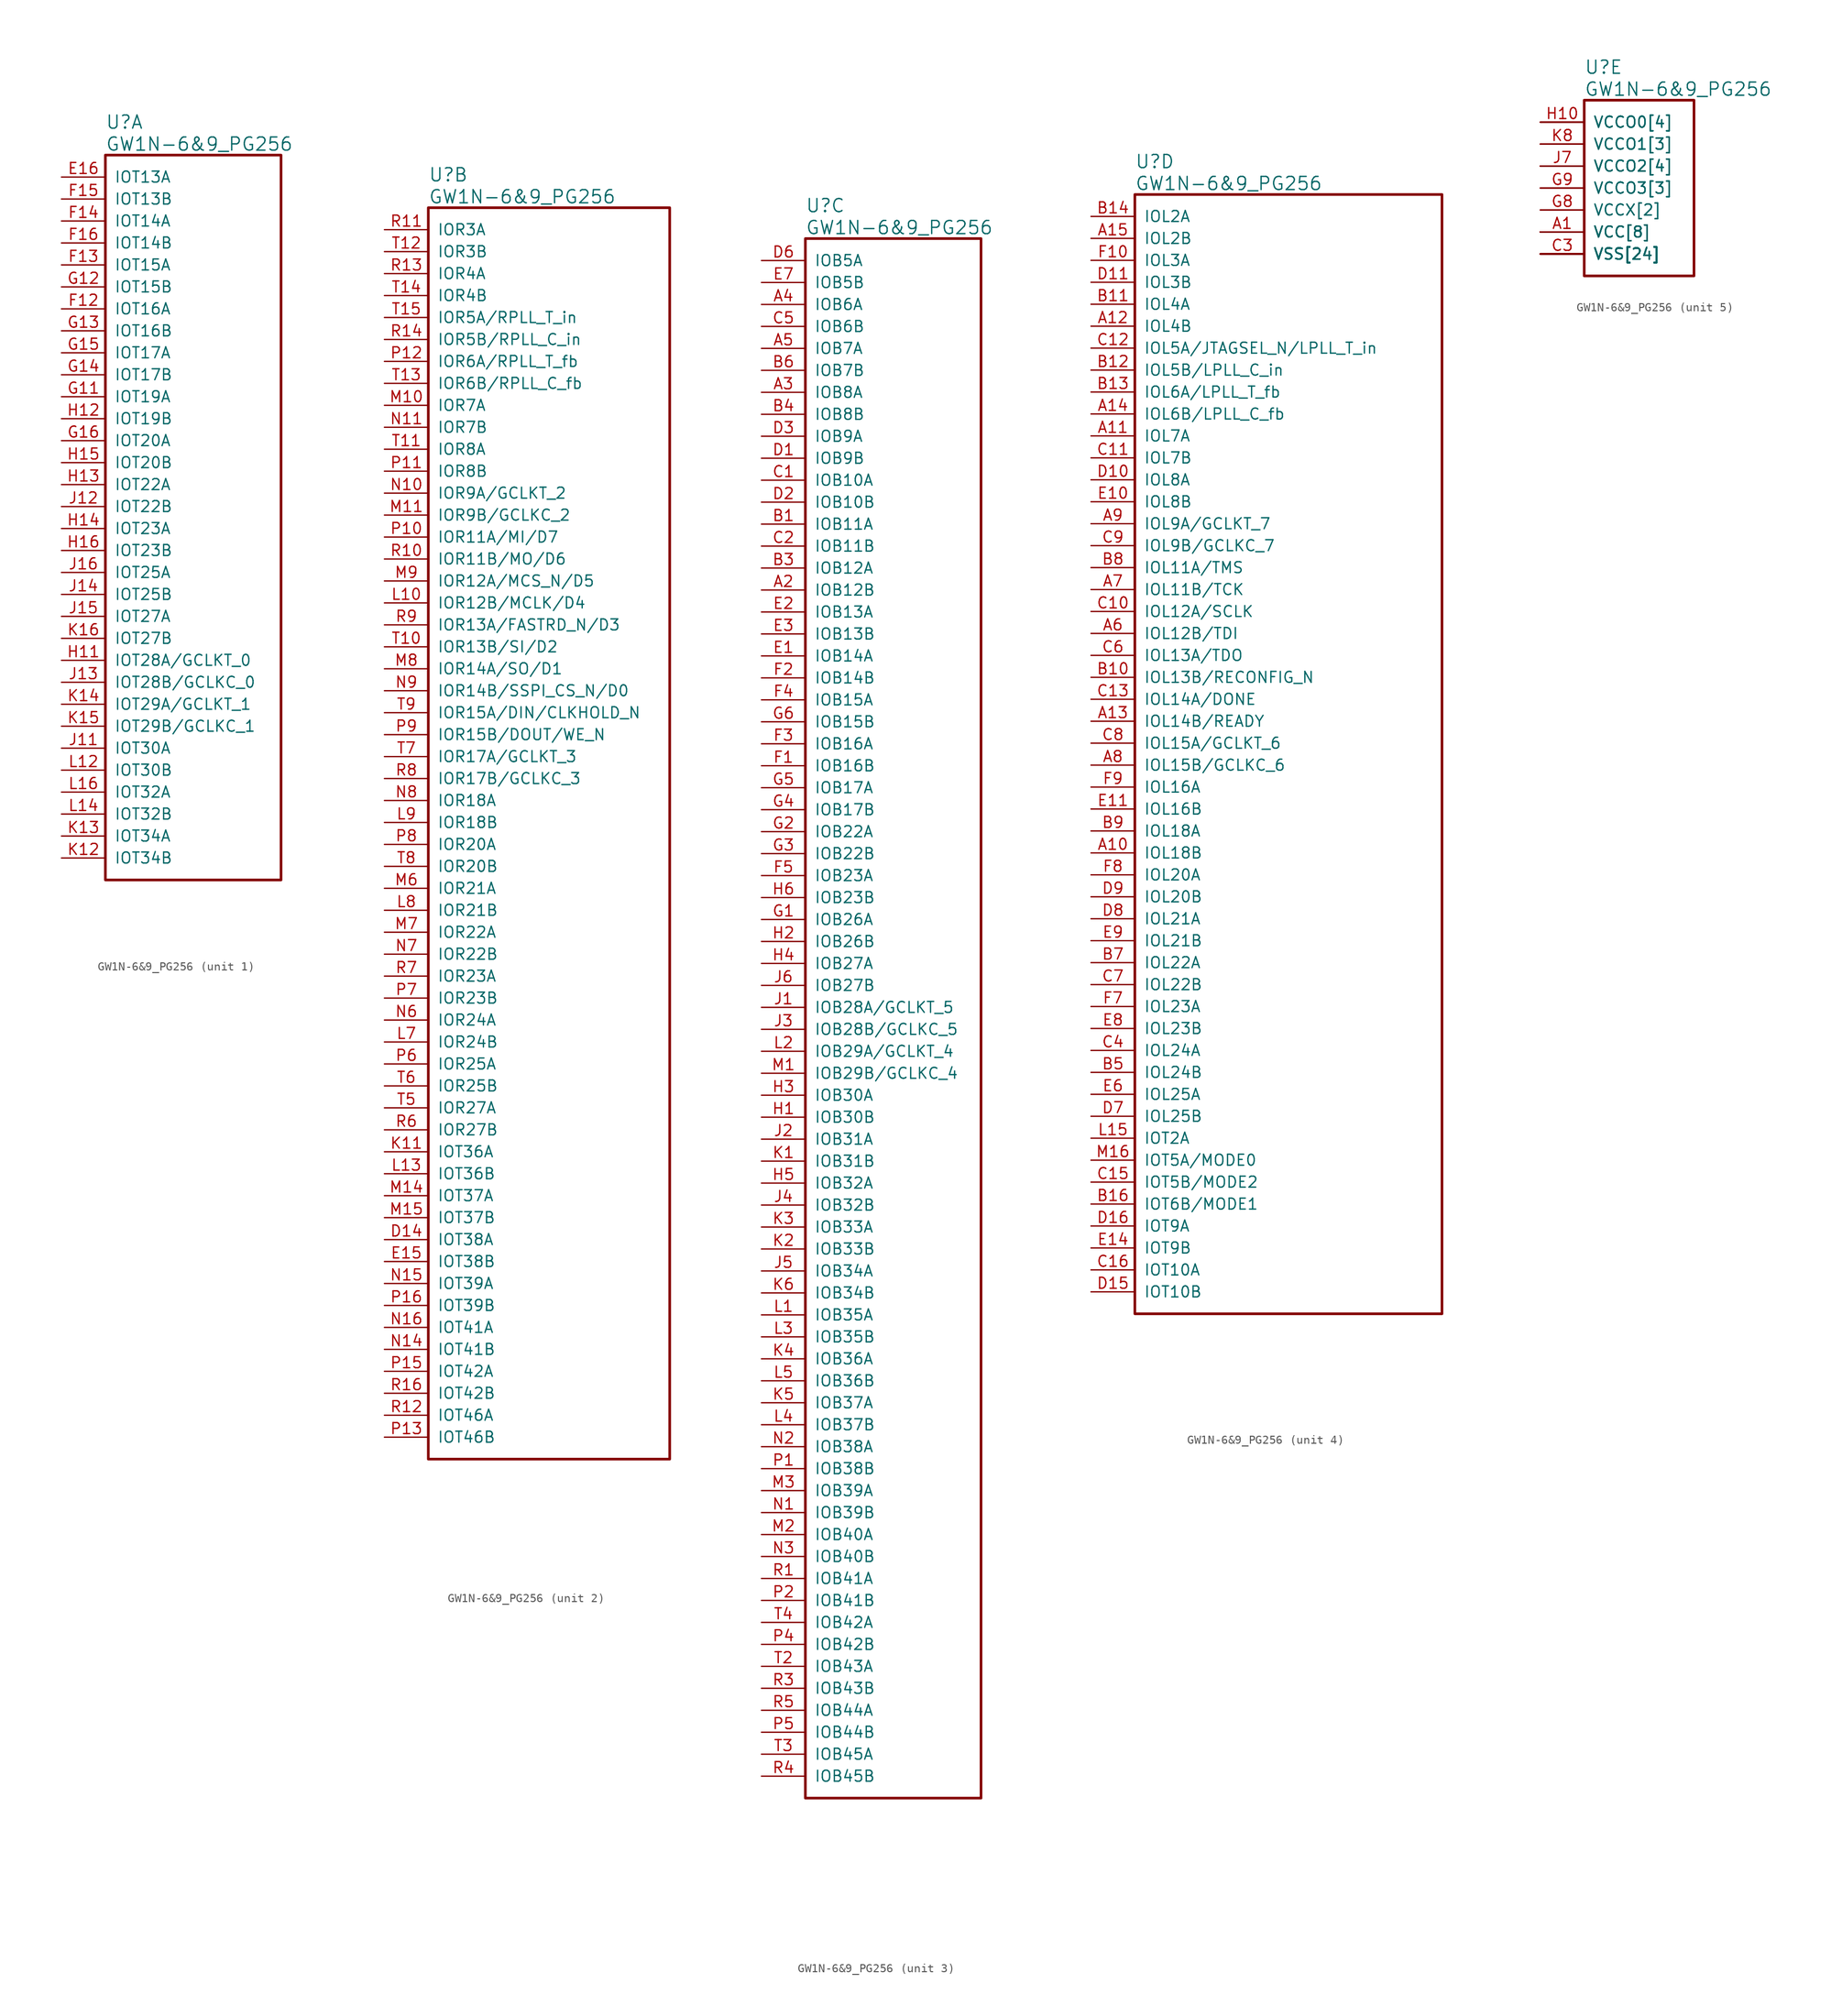
<source format=kicad_sym>
(kicad_symbol_lib
  (version 20220914)
  (generator kicad_symbol_editor)
  (symbol "GW1N-6&9_PG256"
    (pin_names
      (offset 1.016))
    (property "Reference" "U"
      (at 5.08 6.35 0)
      (effects (font (size 1.524 1.524)) (justify left)))
    (property "Value" "GW1N-6&9_PG256"
      (at 5.08 3.81 0)
      (effects (font (size 1.524 1.524)) (justify left)))
    (property "ki_locked" ""
      (at 0 0 0)
      (effects (font (size 1.27 1.27))))
    (symbol "GW1N-6&9_PG256_1_1"
      (rectangle (start 5.08 2.54) (end 25.4 -81.28) (stroke (width 0.305) (type solid)) (fill (type none)))
      (pin bidirectional line (at 0 0 0) (length 5.08) (name "IOT13A" (effects (font (size 1.27 1.27)))) (number "E16" (effects (font (size 1.27 1.27)))))
      (pin bidirectional line (at 0 -15.24 0) (length 5.08) (name "IOT16A" (effects (font (size 1.27 1.27)))) (number "F12" (effects (font (size 1.27 1.27)))))
      (pin bidirectional line (at 0 -10.16 0) (length 5.08) (name "IOT15A" (effects (font (size 1.27 1.27)))) (number "F13" (effects (font (size 1.27 1.27)))))
      (pin bidirectional line (at 0 -5.08 0) (length 5.08) (name "IOT14A" (effects (font (size 1.27 1.27)))) (number "F14" (effects (font (size 1.27 1.27)))))
      (pin bidirectional line (at 0 -2.54 0) (length 5.08) (name "IOT13B" (effects (font (size 1.27 1.27)))) (number "F15" (effects (font (size 1.27 1.27)))))
      (pin bidirectional line (at 0 -7.62 0) (length 5.08) (name "IOT14B" (effects (font (size 1.27 1.27)))) (number "F16" (effects (font (size 1.27 1.27)))))
      (pin bidirectional line (at 0 -25.4 0) (length 5.08) (name "IOT19A" (effects (font (size 1.27 1.27)))) (number "G11" (effects (font (size 1.27 1.27)))))
      (pin bidirectional line (at 0 -12.7 0) (length 5.08) (name "IOT15B" (effects (font (size 1.27 1.27)))) (number "G12" (effects (font (size 1.27 1.27)))))
      (pin bidirectional line (at 0 -17.78 0) (length 5.08) (name "IOT16B" (effects (font (size 1.27 1.27)))) (number "G13" (effects (font (size 1.27 1.27)))))
      (pin bidirectional line (at 0 -22.86 0) (length 5.08) (name "IOT17B" (effects (font (size 1.27 1.27)))) (number "G14" (effects (font (size 1.27 1.27)))))
      (pin bidirectional line (at 0 -20.32 0) (length 5.08) (name "IOT17A" (effects (font (size 1.27 1.27)))) (number "G15" (effects (font (size 1.27 1.27)))))
      (pin bidirectional line (at 0 -30.48 0) (length 5.08) (name "IOT20A" (effects (font (size 1.27 1.27)))) (number "G16" (effects (font (size 1.27 1.27)))))
      (pin bidirectional line (at 0 -55.88 0) (length 5.08) (name "IOT28A/GCLKT_0" (effects (font (size 1.27 1.27)))) (number "H11" (effects (font (size 1.27 1.27)))))
      (pin bidirectional line (at 0 -27.94 0) (length 5.08) (name "IOT19B" (effects (font (size 1.27 1.27)))) (number "H12" (effects (font (size 1.27 1.27)))))
      (pin bidirectional line (at 0 -35.56 0) (length 5.08) (name "IOT22A" (effects (font (size 1.27 1.27)))) (number "H13" (effects (font (size 1.27 1.27)))))
      (pin bidirectional line (at 0 -40.64 0) (length 5.08) (name "IOT23A" (effects (font (size 1.27 1.27)))) (number "H14" (effects (font (size 1.27 1.27)))))
      (pin bidirectional line (at 0 -33.02 0) (length 5.08) (name "IOT20B" (effects (font (size 1.27 1.27)))) (number "H15" (effects (font (size 1.27 1.27)))))
      (pin bidirectional line (at 0 -43.18 0) (length 5.08) (name "IOT23B" (effects (font (size 1.27 1.27)))) (number "H16" (effects (font (size 1.27 1.27)))))
      (pin bidirectional line (at 0 -66.04 0) (length 5.08) (name "IOT30A" (effects (font (size 1.27 1.27)))) (number "J11" (effects (font (size 1.27 1.27)))))
      (pin bidirectional line (at 0 -38.1 0) (length 5.08) (name "IOT22B" (effects (font (size 1.27 1.27)))) (number "J12" (effects (font (size 1.27 1.27)))))
      (pin bidirectional line (at 0 -58.42 0) (length 5.08) (name "IOT28B/GCLKC_0" (effects (font (size 1.27 1.27)))) (number "J13" (effects (font (size 1.27 1.27)))))
      (pin bidirectional line (at 0 -48.26 0) (length 5.08) (name "IOT25B" (effects (font (size 1.27 1.27)))) (number "J14" (effects (font (size 1.27 1.27)))))
      (pin bidirectional line (at 0 -50.8 0) (length 5.08) (name "IOT27A" (effects (font (size 1.27 1.27)))) (number "J15" (effects (font (size 1.27 1.27)))))
      (pin bidirectional line (at 0 -45.72 0) (length 5.08) (name "IOT25A" (effects (font (size 1.27 1.27)))) (number "J16" (effects (font (size 1.27 1.27)))))
      (pin bidirectional line (at 0 -78.74 0) (length 5.08) (name "IOT34B" (effects (font (size 1.27 1.27)))) (number "K12" (effects (font (size 1.27 1.27)))))
      (pin bidirectional line (at 0 -76.2 0) (length 5.08) (name "IOT34A" (effects (font (size 1.27 1.27)))) (number "K13" (effects (font (size 1.27 1.27)))))
      (pin bidirectional line (at 0 -60.96 0) (length 5.08) (name "IOT29A/GCLKT_1" (effects (font (size 1.27 1.27)))) (number "K14" (effects (font (size 1.27 1.27)))))
      (pin bidirectional line (at 0 -63.5 0) (length 5.08) (name "IOT29B/GCLKC_1" (effects (font (size 1.27 1.27)))) (number "K15" (effects (font (size 1.27 1.27)))))
      (pin bidirectional line (at 0 -53.34 0) (length 5.08) (name "IOT27B" (effects (font (size 1.27 1.27)))) (number "K16" (effects (font (size 1.27 1.27)))))
      (pin bidirectional line (at 0 -68.58 0) (length 5.08) (name "IOT30B" (effects (font (size 1.27 1.27)))) (number "L12" (effects (font (size 1.27 1.27)))))
      (pin bidirectional line (at 0 -73.66 0) (length 5.08) (name "IOT32B" (effects (font (size 1.27 1.27)))) (number "L14" (effects (font (size 1.27 1.27)))))
      (pin bidirectional line (at 0 -71.12 0) (length 5.08) (name "IOT32A" (effects (font (size 1.27 1.27)))) (number "L16" (effects (font (size 1.27 1.27))))))
    (symbol "GW1N-6&9_PG256_2_1"
      (rectangle (start 5.08 2.54) (end 33.02 -142.24) (stroke (width 0.305) (type solid)) (fill (type none)))
      (pin bidirectional line (at 0 -116.84 0) (length 5.08) (name "IOT38A" (effects (font (size 1.27 1.27)))) (number "D14" (effects (font (size 1.27 1.27)))))
      (pin bidirectional line (at 0 -119.38 0) (length 5.08) (name "IOT38B" (effects (font (size 1.27 1.27)))) (number "E15" (effects (font (size 1.27 1.27)))))
      (pin bidirectional line (at 0 -106.68 0) (length 5.08) (name "IOT36A" (effects (font (size 1.27 1.27)))) (number "K11" (effects (font (size 1.27 1.27)))))
      (pin bidirectional line (at 0 -43.18 0) (length 5.08) (name "IOR12B/MCLK/D4" (effects (font (size 1.27 1.27)))) (number "L10" (effects (font (size 1.27 1.27)))))
      (pin bidirectional line (at 0 -109.22 0) (length 5.08) (name "IOT36B" (effects (font (size 1.27 1.27)))) (number "L13" (effects (font (size 1.27 1.27)))))
      (pin bidirectional line (at 0 -93.98 0) (length 5.08) (name "IOR24B" (effects (font (size 1.27 1.27)))) (number "L7" (effects (font (size 1.27 1.27)))))
      (pin bidirectional line (at 0 -78.74 0) (length 5.08) (name "IOR21B" (effects (font (size 1.27 1.27)))) (number "L8" (effects (font (size 1.27 1.27)))))
      (pin bidirectional line (at 0 -68.58 0) (length 5.08) (name "IOR18B" (effects (font (size 1.27 1.27)))) (number "L9" (effects (font (size 1.27 1.27)))))
      (pin bidirectional line (at 0 -20.32 0) (length 5.08) (name "IOR7A" (effects (font (size 1.27 1.27)))) (number "M10" (effects (font (size 1.27 1.27)))))
      (pin bidirectional line (at 0 -33.02 0) (length 5.08) (name "IOR9B/GCLKC_2" (effects (font (size 1.27 1.27)))) (number "M11" (effects (font (size 1.27 1.27)))))
      (pin bidirectional line (at 0 -111.76 0) (length 5.08) (name "IOT37A" (effects (font (size 1.27 1.27)))) (number "M14" (effects (font (size 1.27 1.27)))))
      (pin bidirectional line (at 0 -114.3 0) (length 5.08) (name "IOT37B" (effects (font (size 1.27 1.27)))) (number "M15" (effects (font (size 1.27 1.27)))))
      (pin bidirectional line (at 0 -76.2 0) (length 5.08) (name "IOR21A" (effects (font (size 1.27 1.27)))) (number "M6" (effects (font (size 1.27 1.27)))))
      (pin bidirectional line (at 0 -81.28 0) (length 5.08) (name "IOR22A" (effects (font (size 1.27 1.27)))) (number "M7" (effects (font (size 1.27 1.27)))))
      (pin bidirectional line (at 0 -50.8 0) (length 5.08) (name "IOR14A/SO/D1" (effects (font (size 1.27 1.27)))) (number "M8" (effects (font (size 1.27 1.27)))))
      (pin bidirectional line (at 0 -40.64 0) (length 5.08) (name "IOR12A/MCS_N/D5" (effects (font (size 1.27 1.27)))) (number "M9" (effects (font (size 1.27 1.27)))))
      (pin bidirectional line (at 0 -30.48 0) (length 5.08) (name "IOR9A/GCLKT_2" (effects (font (size 1.27 1.27)))) (number "N10" (effects (font (size 1.27 1.27)))))
      (pin bidirectional line (at 0 -22.86 0) (length 5.08) (name "IOR7B" (effects (font (size 1.27 1.27)))) (number "N11" (effects (font (size 1.27 1.27)))))
      (pin bidirectional line (at 0 -129.54 0) (length 5.08) (name "IOT41B" (effects (font (size 1.27 1.27)))) (number "N14" (effects (font (size 1.27 1.27)))))
      (pin bidirectional line (at 0 -121.92 0) (length 5.08) (name "IOT39A" (effects (font (size 1.27 1.27)))) (number "N15" (effects (font (size 1.27 1.27)))))
      (pin bidirectional line (at 0 -127 0) (length 5.08) (name "IOT41A" (effects (font (size 1.27 1.27)))) (number "N16" (effects (font (size 1.27 1.27)))))
      (pin bidirectional line (at 0 -91.44 0) (length 5.08) (name "IOR24A" (effects (font (size 1.27 1.27)))) (number "N6" (effects (font (size 1.27 1.27)))))
      (pin bidirectional line (at 0 -83.82 0) (length 5.08) (name "IOR22B" (effects (font (size 1.27 1.27)))) (number "N7" (effects (font (size 1.27 1.27)))))
      (pin bidirectional line (at 0 -66.04 0) (length 5.08) (name "IOR18A" (effects (font (size 1.27 1.27)))) (number "N8" (effects (font (size 1.27 1.27)))))
      (pin bidirectional line (at 0 -53.34 0) (length 5.08) (name "IOR14B/SSPI_CS_N/D0" (effects (font (size 1.27 1.27)))) (number "N9" (effects (font (size 1.27 1.27)))))
      (pin bidirectional line (at 0 -35.56 0) (length 5.08) (name "IOR11A/MI/D7" (effects (font (size 1.27 1.27)))) (number "P10" (effects (font (size 1.27 1.27)))))
      (pin bidirectional line (at 0 -27.94 0) (length 5.08) (name "IOR8B" (effects (font (size 1.27 1.27)))) (number "P11" (effects (font (size 1.27 1.27)))))
      (pin bidirectional line (at 0 -15.24 0) (length 5.08) (name "IOR6A/RPLL_T_fb" (effects (font (size 1.27 1.27)))) (number "P12" (effects (font (size 1.27 1.27)))))
      (pin bidirectional line (at 0 -139.7 0) (length 5.08) (name "IOT46B" (effects (font (size 1.27 1.27)))) (number "P13" (effects (font (size 1.27 1.27)))))
      (pin bidirectional line (at 0 -132.08 0) (length 5.08) (name "IOT42A" (effects (font (size 1.27 1.27)))) (number "P15" (effects (font (size 1.27 1.27)))))
      (pin bidirectional line (at 0 -124.46 0) (length 5.08) (name "IOT39B" (effects (font (size 1.27 1.27)))) (number "P16" (effects (font (size 1.27 1.27)))))
      (pin bidirectional line (at 0 -96.52 0) (length 5.08) (name "IOR25A" (effects (font (size 1.27 1.27)))) (number "P6" (effects (font (size 1.27 1.27)))))
      (pin bidirectional line (at 0 -88.9 0) (length 5.08) (name "IOR23B" (effects (font (size 1.27 1.27)))) (number "P7" (effects (font (size 1.27 1.27)))))
      (pin bidirectional line (at 0 -71.12 0) (length 5.08) (name "IOR20A" (effects (font (size 1.27 1.27)))) (number "P8" (effects (font (size 1.27 1.27)))))
      (pin bidirectional line (at 0 -58.42 0) (length 5.08) (name "IOR15B/DOUT/WE_N" (effects (font (size 1.27 1.27)))) (number "P9" (effects (font (size 1.27 1.27)))))
      (pin bidirectional line (at 0 -38.1 0) (length 5.08) (name "IOR11B/MO/D6" (effects (font (size 1.27 1.27)))) (number "R10" (effects (font (size 1.27 1.27)))))
      (pin bidirectional line (at 0 0 0) (length 5.08) (name "IOR3A" (effects (font (size 1.27 1.27)))) (number "R11" (effects (font (size 1.27 1.27)))))
      (pin bidirectional line (at 0 -137.16 0) (length 5.08) (name "IOT46A" (effects (font (size 1.27 1.27)))) (number "R12" (effects (font (size 1.27 1.27)))))
      (pin bidirectional line (at 0 -5.08 0) (length 5.08) (name "IOR4A" (effects (font (size 1.27 1.27)))) (number "R13" (effects (font (size 1.27 1.27)))))
      (pin bidirectional line (at 0 -12.7 0) (length 5.08) (name "IOR5B/RPLL_C_in" (effects (font (size 1.27 1.27)))) (number "R14" (effects (font (size 1.27 1.27)))))
      (pin bidirectional line (at 0 -134.62 0) (length 5.08) (name "IOT42B" (effects (font (size 1.27 1.27)))) (number "R16" (effects (font (size 1.27 1.27)))))
      (pin bidirectional line (at 0 -104.14 0) (length 5.08) (name "IOR27B" (effects (font (size 1.27 1.27)))) (number "R6" (effects (font (size 1.27 1.27)))))
      (pin bidirectional line (at 0 -86.36 0) (length 5.08) (name "IOR23A" (effects (font (size 1.27 1.27)))) (number "R7" (effects (font (size 1.27 1.27)))))
      (pin bidirectional line (at 0 -63.5 0) (length 5.08) (name "IOR17B/GCLKC_3" (effects (font (size 1.27 1.27)))) (number "R8" (effects (font (size 1.27 1.27)))))
      (pin bidirectional line (at 0 -45.72 0) (length 5.08) (name "IOR13A/FASTRD_N/D3" (effects (font (size 1.27 1.27)))) (number "R9" (effects (font (size 1.27 1.27)))))
      (pin bidirectional line (at 0 -48.26 0) (length 5.08) (name "IOR13B/SI/D2" (effects (font (size 1.27 1.27)))) (number "T10" (effects (font (size 1.27 1.27)))))
      (pin bidirectional line (at 0 -25.4 0) (length 5.08) (name "IOR8A" (effects (font (size 1.27 1.27)))) (number "T11" (effects (font (size 1.27 1.27)))))
      (pin bidirectional line (at 0 -2.54 0) (length 5.08) (name "IOR3B" (effects (font (size 1.27 1.27)))) (number "T12" (effects (font (size 1.27 1.27)))))
      (pin bidirectional line (at 0 -17.78 0) (length 5.08) (name "IOR6B/RPLL_C_fb" (effects (font (size 1.27 1.27)))) (number "T13" (effects (font (size 1.27 1.27)))))
      (pin bidirectional line (at 0 -7.62 0) (length 5.08) (name "IOR4B" (effects (font (size 1.27 1.27)))) (number "T14" (effects (font (size 1.27 1.27)))))
      (pin bidirectional line (at 0 -10.16 0) (length 5.08) (name "IOR5A/RPLL_T_in" (effects (font (size 1.27 1.27)))) (number "T15" (effects (font (size 1.27 1.27)))))
      (pin bidirectional line (at 0 -101.6 0) (length 5.08) (name "IOR27A" (effects (font (size 1.27 1.27)))) (number "T5" (effects (font (size 1.27 1.27)))))
      (pin bidirectional line (at 0 -99.06 0) (length 5.08) (name "IOR25B" (effects (font (size 1.27 1.27)))) (number "T6" (effects (font (size 1.27 1.27)))))
      (pin bidirectional line (at 0 -60.96 0) (length 5.08) (name "IOR17A/GCLKT_3" (effects (font (size 1.27 1.27)))) (number "T7" (effects (font (size 1.27 1.27)))))
      (pin bidirectional line (at 0 -73.66 0) (length 5.08) (name "IOR20B" (effects (font (size 1.27 1.27)))) (number "T8" (effects (font (size 1.27 1.27)))))
      (pin bidirectional line (at 0 -55.88 0) (length 5.08) (name "IOR15A/DIN/CLKHOLD_N" (effects (font (size 1.27 1.27)))) (number "T9" (effects (font (size 1.27 1.27))))))
    (symbol "GW1N-6&9_PG256_3_1"
      (rectangle (start 5.08 2.54) (end 25.4 -177.8) (stroke (width 0.305) (type solid)) (fill (type none)))
      (pin bidirectional line (at 0 -38.1 0) (length 5.08) (name "IOB12B" (effects (font (size 1.27 1.27)))) (number "A2" (effects (font (size 1.27 1.27)))))
      (pin bidirectional line (at 0 -15.24 0) (length 5.08) (name "IOB8A" (effects (font (size 1.27 1.27)))) (number "A3" (effects (font (size 1.27 1.27)))))
      (pin bidirectional line (at 0 -5.08 0) (length 5.08) (name "IOB6A" (effects (font (size 1.27 1.27)))) (number "A4" (effects (font (size 1.27 1.27)))))
      (pin bidirectional line (at 0 -10.16 0) (length 5.08) (name "IOB7A" (effects (font (size 1.27 1.27)))) (number "A5" (effects (font (size 1.27 1.27)))))
      (pin bidirectional line (at 0 -30.48 0) (length 5.08) (name "IOB11A" (effects (font (size 1.27 1.27)))) (number "B1" (effects (font (size 1.27 1.27)))))
      (pin bidirectional line (at 0 -35.56 0) (length 5.08) (name "IOB12A" (effects (font (size 1.27 1.27)))) (number "B3" (effects (font (size 1.27 1.27)))))
      (pin bidirectional line (at 0 -17.78 0) (length 5.08) (name "IOB8B" (effects (font (size 1.27 1.27)))) (number "B4" (effects (font (size 1.27 1.27)))))
      (pin bidirectional line (at 0 -12.7 0) (length 5.08) (name "IOB7B" (effects (font (size 1.27 1.27)))) (number "B6" (effects (font (size 1.27 1.27)))))
      (pin bidirectional line (at 0 -25.4 0) (length 5.08) (name "IOB10A" (effects (font (size 1.27 1.27)))) (number "C1" (effects (font (size 1.27 1.27)))))
      (pin bidirectional line (at 0 -33.02 0) (length 5.08) (name "IOB11B" (effects (font (size 1.27 1.27)))) (number "C2" (effects (font (size 1.27 1.27)))))
      (pin bidirectional line (at 0 -7.62 0) (length 5.08) (name "IOB6B" (effects (font (size 1.27 1.27)))) (number "C5" (effects (font (size 1.27 1.27)))))
      (pin bidirectional line (at 0 -22.86 0) (length 5.08) (name "IOB9B" (effects (font (size 1.27 1.27)))) (number "D1" (effects (font (size 1.27 1.27)))))
      (pin bidirectional line (at 0 -27.94 0) (length 5.08) (name "IOB10B" (effects (font (size 1.27 1.27)))) (number "D2" (effects (font (size 1.27 1.27)))))
      (pin bidirectional line (at 0 -20.32 0) (length 5.08) (name "IOB9A" (effects (font (size 1.27 1.27)))) (number "D3" (effects (font (size 1.27 1.27)))))
      (pin bidirectional line (at 0 0 0) (length 5.08) (name "IOB5A" (effects (font (size 1.27 1.27)))) (number "D6" (effects (font (size 1.27 1.27)))))
      (pin bidirectional line (at 0 -45.72 0) (length 5.08) (name "IOB14A" (effects (font (size 1.27 1.27)))) (number "E1" (effects (font (size 1.27 1.27)))))
      (pin bidirectional line (at 0 -40.64 0) (length 5.08) (name "IOB13A" (effects (font (size 1.27 1.27)))) (number "E2" (effects (font (size 1.27 1.27)))))
      (pin bidirectional line (at 0 -43.18 0) (length 5.08) (name "IOB13B" (effects (font (size 1.27 1.27)))) (number "E3" (effects (font (size 1.27 1.27)))))
      (pin bidirectional line (at 0 -2.54 0) (length 5.08) (name "IOB5B" (effects (font (size 1.27 1.27)))) (number "E7" (effects (font (size 1.27 1.27)))))
      (pin bidirectional line (at 0 -58.42 0) (length 5.08) (name "IOB16B" (effects (font (size 1.27 1.27)))) (number "F1" (effects (font (size 1.27 1.27)))))
      (pin bidirectional line (at 0 -48.26 0) (length 5.08) (name "IOB14B" (effects (font (size 1.27 1.27)))) (number "F2" (effects (font (size 1.27 1.27)))))
      (pin bidirectional line (at 0 -55.88 0) (length 5.08) (name "IOB16A" (effects (font (size 1.27 1.27)))) (number "F3" (effects (font (size 1.27 1.27)))))
      (pin bidirectional line (at 0 -50.8 0) (length 5.08) (name "IOB15A" (effects (font (size 1.27 1.27)))) (number "F4" (effects (font (size 1.27 1.27)))))
      (pin bidirectional line (at 0 -71.12 0) (length 5.08) (name "IOB23A" (effects (font (size 1.27 1.27)))) (number "F5" (effects (font (size 1.27 1.27)))))
      (pin bidirectional line (at 0 -76.2 0) (length 5.08) (name "IOB26A" (effects (font (size 1.27 1.27)))) (number "G1" (effects (font (size 1.27 1.27)))))
      (pin bidirectional line (at 0 -66.04 0) (length 5.08) (name "IOB22A" (effects (font (size 1.27 1.27)))) (number "G2" (effects (font (size 1.27 1.27)))))
      (pin bidirectional line (at 0 -68.58 0) (length 5.08) (name "IOB22B" (effects (font (size 1.27 1.27)))) (number "G3" (effects (font (size 1.27 1.27)))))
      (pin bidirectional line (at 0 -63.5 0) (length 5.08) (name "IOB17B" (effects (font (size 1.27 1.27)))) (number "G4" (effects (font (size 1.27 1.27)))))
      (pin bidirectional line (at 0 -60.96 0) (length 5.08) (name "IOB17A" (effects (font (size 1.27 1.27)))) (number "G5" (effects (font (size 1.27 1.27)))))
      (pin bidirectional line (at 0 -53.34 0) (length 5.08) (name "IOB15B" (effects (font (size 1.27 1.27)))) (number "G6" (effects (font (size 1.27 1.27)))))
      (pin bidirectional line (at 0 -99.06 0) (length 5.08) (name "IOB30B" (effects (font (size 1.27 1.27)))) (number "H1" (effects (font (size 1.27 1.27)))))
      (pin bidirectional line (at 0 -78.74 0) (length 5.08) (name "IOB26B" (effects (font (size 1.27 1.27)))) (number "H2" (effects (font (size 1.27 1.27)))))
      (pin bidirectional line (at 0 -96.52 0) (length 5.08) (name "IOB30A" (effects (font (size 1.27 1.27)))) (number "H3" (effects (font (size 1.27 1.27)))))
      (pin bidirectional line (at 0 -81.28 0) (length 5.08) (name "IOB27A" (effects (font (size 1.27 1.27)))) (number "H4" (effects (font (size 1.27 1.27)))))
      (pin bidirectional line (at 0 -106.68 0) (length 5.08) (name "IOB32A" (effects (font (size 1.27 1.27)))) (number "H5" (effects (font (size 1.27 1.27)))))
      (pin bidirectional line (at 0 -73.66 0) (length 5.08) (name "IOB23B" (effects (font (size 1.27 1.27)))) (number "H6" (effects (font (size 1.27 1.27)))))
      (pin bidirectional line (at 0 -86.36 0) (length 5.08) (name "IOB28A/GCLKT_5" (effects (font (size 1.27 1.27)))) (number "J1" (effects (font (size 1.27 1.27)))))
      (pin bidirectional line (at 0 -101.6 0) (length 5.08) (name "IOB31A" (effects (font (size 1.27 1.27)))) (number "J2" (effects (font (size 1.27 1.27)))))
      (pin bidirectional line (at 0 -88.9 0) (length 5.08) (name "IOB28B/GCLKC_5" (effects (font (size 1.27 1.27)))) (number "J3" (effects (font (size 1.27 1.27)))))
      (pin bidirectional line (at 0 -109.22 0) (length 5.08) (name "IOB32B" (effects (font (size 1.27 1.27)))) (number "J4" (effects (font (size 1.27 1.27)))))
      (pin bidirectional line (at 0 -116.84 0) (length 5.08) (name "IOB34A" (effects (font (size 1.27 1.27)))) (number "J5" (effects (font (size 1.27 1.27)))))
      (pin bidirectional line (at 0 -83.82 0) (length 5.08) (name "IOB27B" (effects (font (size 1.27 1.27)))) (number "J6" (effects (font (size 1.27 1.27)))))
      (pin bidirectional line (at 0 -104.14 0) (length 5.08) (name "IOB31B" (effects (font (size 1.27 1.27)))) (number "K1" (effects (font (size 1.27 1.27)))))
      (pin bidirectional line (at 0 -114.3 0) (length 5.08) (name "IOB33B" (effects (font (size 1.27 1.27)))) (number "K2" (effects (font (size 1.27 1.27)))))
      (pin bidirectional line (at 0 -111.76 0) (length 5.08) (name "IOB33A" (effects (font (size 1.27 1.27)))) (number "K3" (effects (font (size 1.27 1.27)))))
      (pin bidirectional line (at 0 -127 0) (length 5.08) (name "IOB36A" (effects (font (size 1.27 1.27)))) (number "K4" (effects (font (size 1.27 1.27)))))
      (pin bidirectional line (at 0 -132.08 0) (length 5.08) (name "IOB37A" (effects (font (size 1.27 1.27)))) (number "K5" (effects (font (size 1.27 1.27)))))
      (pin bidirectional line (at 0 -119.38 0) (length 5.08) (name "IOB34B" (effects (font (size 1.27 1.27)))) (number "K6" (effects (font (size 1.27 1.27)))))
      (pin bidirectional line (at 0 -121.92 0) (length 5.08) (name "IOB35A" (effects (font (size 1.27 1.27)))) (number "L1" (effects (font (size 1.27 1.27)))))
      (pin bidirectional line (at 0 -91.44 0) (length 5.08) (name "IOB29A/GCLKT_4" (effects (font (size 1.27 1.27)))) (number "L2" (effects (font (size 1.27 1.27)))))
      (pin bidirectional line (at 0 -124.46 0) (length 5.08) (name "IOB35B" (effects (font (size 1.27 1.27)))) (number "L3" (effects (font (size 1.27 1.27)))))
      (pin bidirectional line (at 0 -134.62 0) (length 5.08) (name "IOB37B" (effects (font (size 1.27 1.27)))) (number "L4" (effects (font (size 1.27 1.27)))))
      (pin bidirectional line (at 0 -129.54 0) (length 5.08) (name "IOB36B" (effects (font (size 1.27 1.27)))) (number "L5" (effects (font (size 1.27 1.27)))))
      (pin bidirectional line (at 0 -93.98 0) (length 5.08) (name "IOB29B/GCLKC_4" (effects (font (size 1.27 1.27)))) (number "M1" (effects (font (size 1.27 1.27)))))
      (pin bidirectional line (at 0 -147.32 0) (length 5.08) (name "IOB40A" (effects (font (size 1.27 1.27)))) (number "M2" (effects (font (size 1.27 1.27)))))
      (pin bidirectional line (at 0 -142.24 0) (length 5.08) (name "IOB39A" (effects (font (size 1.27 1.27)))) (number "M3" (effects (font (size 1.27 1.27)))))
      (pin bidirectional line (at 0 -144.78 0) (length 5.08) (name "IOB39B" (effects (font (size 1.27 1.27)))) (number "N1" (effects (font (size 1.27 1.27)))))
      (pin bidirectional line (at 0 -137.16 0) (length 5.08) (name "IOB38A" (effects (font (size 1.27 1.27)))) (number "N2" (effects (font (size 1.27 1.27)))))
      (pin bidirectional line (at 0 -149.86 0) (length 5.08) (name "IOB40B" (effects (font (size 1.27 1.27)))) (number "N3" (effects (font (size 1.27 1.27)))))
      (pin bidirectional line (at 0 -139.7 0) (length 5.08) (name "IOB38B" (effects (font (size 1.27 1.27)))) (number "P1" (effects (font (size 1.27 1.27)))))
      (pin bidirectional line (at 0 -154.94 0) (length 5.08) (name "IOB41B" (effects (font (size 1.27 1.27)))) (number "P2" (effects (font (size 1.27 1.27)))))
      (pin bidirectional line (at 0 -160.02 0) (length 5.08) (name "IOB42B" (effects (font (size 1.27 1.27)))) (number "P4" (effects (font (size 1.27 1.27)))))
      (pin bidirectional line (at 0 -170.18 0) (length 5.08) (name "IOB44B" (effects (font (size 1.27 1.27)))) (number "P5" (effects (font (size 1.27 1.27)))))
      (pin bidirectional line (at 0 -152.4 0) (length 5.08) (name "IOB41A" (effects (font (size 1.27 1.27)))) (number "R1" (effects (font (size 1.27 1.27)))))
      (pin bidirectional line (at 0 -165.1 0) (length 5.08) (name "IOB43B" (effects (font (size 1.27 1.27)))) (number "R3" (effects (font (size 1.27 1.27)))))
      (pin bidirectional line (at 0 -175.26 0) (length 5.08) (name "IOB45B" (effects (font (size 1.27 1.27)))) (number "R4" (effects (font (size 1.27 1.27)))))
      (pin bidirectional line (at 0 -167.64 0) (length 5.08) (name "IOB44A" (effects (font (size 1.27 1.27)))) (number "R5" (effects (font (size 1.27 1.27)))))
      (pin bidirectional line (at 0 -162.56 0) (length 5.08) (name "IOB43A" (effects (font (size 1.27 1.27)))) (number "T2" (effects (font (size 1.27 1.27)))))
      (pin bidirectional line (at 0 -172.72 0) (length 5.08) (name "IOB45A" (effects (font (size 1.27 1.27)))) (number "T3" (effects (font (size 1.27 1.27)))))
      (pin bidirectional line (at 0 -157.48 0) (length 5.08) (name "IOB42A" (effects (font (size 1.27 1.27)))) (number "T4" (effects (font (size 1.27 1.27))))))
    (symbol "GW1N-6&9_PG256_4_1"
      (rectangle (start 5.08 2.54) (end 40.64 -127) (stroke (width 0.305) (type solid)) (fill (type none)))
      (pin bidirectional line (at 0 -73.66 0) (length 5.08) (name "IOL18B" (effects (font (size 1.27 1.27)))) (number "A10" (effects (font (size 1.27 1.27)))))
      (pin bidirectional line (at 0 -25.4 0) (length 5.08) (name "IOL7A" (effects (font (size 1.27 1.27)))) (number "A11" (effects (font (size 1.27 1.27)))))
      (pin bidirectional line (at 0 -12.7 0) (length 5.08) (name "IOL4B" (effects (font (size 1.27 1.27)))) (number "A12" (effects (font (size 1.27 1.27)))))
      (pin bidirectional line (at 0 -58.42 0) (length 5.08) (name "IOL14B/READY" (effects (font (size 1.27 1.27)))) (number "A13" (effects (font (size 1.27 1.27)))))
      (pin bidirectional line (at 0 -22.86 0) (length 5.08) (name "IOL6B/LPLL_C_fb" (effects (font (size 1.27 1.27)))) (number "A14" (effects (font (size 1.27 1.27)))))
      (pin bidirectional line (at 0 -2.54 0) (length 5.08) (name "IOL2B" (effects (font (size 1.27 1.27)))) (number "A15" (effects (font (size 1.27 1.27)))))
      (pin bidirectional line (at 0 -48.26 0) (length 5.08) (name "IOL12B/TDI" (effects (font (size 1.27 1.27)))) (number "A6" (effects (font (size 1.27 1.27)))))
      (pin bidirectional line (at 0 -43.18 0) (length 5.08) (name "IOL11B/TCK" (effects (font (size 1.27 1.27)))) (number "A7" (effects (font (size 1.27 1.27)))))
      (pin bidirectional line (at 0 -63.5 0) (length 5.08) (name "IOL15B/GCLKC_6" (effects (font (size 1.27 1.27)))) (number "A8" (effects (font (size 1.27 1.27)))))
      (pin bidirectional line (at 0 -35.56 0) (length 5.08) (name "IOL9A/GCLKT_7" (effects (font (size 1.27 1.27)))) (number "A9" (effects (font (size 1.27 1.27)))))
      (pin bidirectional line (at 0 -53.34 0) (length 5.08) (name "IOL13B/RECONFIG_N" (effects (font (size 1.27 1.27)))) (number "B10" (effects (font (size 1.27 1.27)))))
      (pin bidirectional line (at 0 -10.16 0) (length 5.08) (name "IOL4A" (effects (font (size 1.27 1.27)))) (number "B11" (effects (font (size 1.27 1.27)))))
      (pin bidirectional line (at 0 -17.78 0) (length 5.08) (name "IOL5B/LPLL_C_in" (effects (font (size 1.27 1.27)))) (number "B12" (effects (font (size 1.27 1.27)))))
      (pin bidirectional line (at 0 -20.32 0) (length 5.08) (name "IOL6A/LPLL_T_fb" (effects (font (size 1.27 1.27)))) (number "B13" (effects (font (size 1.27 1.27)))))
      (pin bidirectional line (at 0 0 0) (length 5.08) (name "IOL2A" (effects (font (size 1.27 1.27)))) (number "B14" (effects (font (size 1.27 1.27)))))
      (pin bidirectional line (at 0 -114.3 0) (length 5.08) (name "IOT6B/MODE1" (effects (font (size 1.27 1.27)))) (number "B16" (effects (font (size 1.27 1.27)))))
      (pin bidirectional line (at 0 -99.06 0) (length 5.08) (name "IOL24B" (effects (font (size 1.27 1.27)))) (number "B5" (effects (font (size 1.27 1.27)))))
      (pin bidirectional line (at 0 -86.36 0) (length 5.08) (name "IOL22A" (effects (font (size 1.27 1.27)))) (number "B7" (effects (font (size 1.27 1.27)))))
      (pin bidirectional line (at 0 -40.64 0) (length 5.08) (name "IOL11A/TMS" (effects (font (size 1.27 1.27)))) (number "B8" (effects (font (size 1.27 1.27)))))
      (pin bidirectional line (at 0 -71.12 0) (length 5.08) (name "IOL18A" (effects (font (size 1.27 1.27)))) (number "B9" (effects (font (size 1.27 1.27)))))
      (pin bidirectional line (at 0 -45.72 0) (length 5.08) (name "IOL12A/SCLK" (effects (font (size 1.27 1.27)))) (number "C10" (effects (font (size 1.27 1.27)))))
      (pin bidirectional line (at 0 -27.94 0) (length 5.08) (name "IOL7B" (effects (font (size 1.27 1.27)))) (number "C11" (effects (font (size 1.27 1.27)))))
      (pin bidirectional line (at 0 -15.24 0) (length 5.08) (name "IOL5A/JTAGSEL_N/LPLL_T_in" (effects (font (size 1.27 1.27)))) (number "C12" (effects (font (size 1.27 1.27)))))
      (pin bidirectional line (at 0 -55.88 0) (length 5.08) (name "IOL14A/DONE" (effects (font (size 1.27 1.27)))) (number "C13" (effects (font (size 1.27 1.27)))))
      (pin bidirectional line (at 0 -111.76 0) (length 5.08) (name "IOT5B/MODE2" (effects (font (size 1.27 1.27)))) (number "C15" (effects (font (size 1.27 1.27)))))
      (pin bidirectional line (at 0 -121.92 0) (length 5.08) (name "IOT10A" (effects (font (size 1.27 1.27)))) (number "C16" (effects (font (size 1.27 1.27)))))
      (pin bidirectional line (at 0 -96.52 0) (length 5.08) (name "IOL24A" (effects (font (size 1.27 1.27)))) (number "C4" (effects (font (size 1.27 1.27)))))
      (pin bidirectional line (at 0 -50.8 0) (length 5.08) (name "IOL13A/TDO" (effects (font (size 1.27 1.27)))) (number "C6" (effects (font (size 1.27 1.27)))))
      (pin bidirectional line (at 0 -88.9 0) (length 5.08) (name "IOL22B" (effects (font (size 1.27 1.27)))) (number "C7" (effects (font (size 1.27 1.27)))))
      (pin bidirectional line (at 0 -60.96 0) (length 5.08) (name "IOL15A/GCLKT_6" (effects (font (size 1.27 1.27)))) (number "C8" (effects (font (size 1.27 1.27)))))
      (pin bidirectional line (at 0 -38.1 0) (length 5.08) (name "IOL9B/GCLKC_7" (effects (font (size 1.27 1.27)))) (number "C9" (effects (font (size 1.27 1.27)))))
      (pin bidirectional line (at 0 -30.48 0) (length 5.08) (name "IOL8A" (effects (font (size 1.27 1.27)))) (number "D10" (effects (font (size 1.27 1.27)))))
      (pin bidirectional line (at 0 -7.62 0) (length 5.08) (name "IOL3B" (effects (font (size 1.27 1.27)))) (number "D11" (effects (font (size 1.27 1.27)))))
      (pin bidirectional line (at 0 -124.46 0) (length 5.08) (name "IOT10B" (effects (font (size 1.27 1.27)))) (number "D15" (effects (font (size 1.27 1.27)))))
      (pin bidirectional line (at 0 -116.84 0) (length 5.08) (name "IOT9A" (effects (font (size 1.27 1.27)))) (number "D16" (effects (font (size 1.27 1.27)))))
      (pin bidirectional line (at 0 -104.14 0) (length 5.08) (name "IOL25B" (effects (font (size 1.27 1.27)))) (number "D7" (effects (font (size 1.27 1.27)))))
      (pin bidirectional line (at 0 -81.28 0) (length 5.08) (name "IOL21A" (effects (font (size 1.27 1.27)))) (number "D8" (effects (font (size 1.27 1.27)))))
      (pin bidirectional line (at 0 -78.74 0) (length 5.08) (name "IOL20B" (effects (font (size 1.27 1.27)))) (number "D9" (effects (font (size 1.27 1.27)))))
      (pin bidirectional line (at 0 -33.02 0) (length 5.08) (name "IOL8B" (effects (font (size 1.27 1.27)))) (number "E10" (effects (font (size 1.27 1.27)))))
      (pin bidirectional line (at 0 -68.58 0) (length 5.08) (name "IOL16B" (effects (font (size 1.27 1.27)))) (number "E11" (effects (font (size 1.27 1.27)))))
      (pin bidirectional line (at 0 -119.38 0) (length 5.08) (name "IOT9B" (effects (font (size 1.27 1.27)))) (number "E14" (effects (font (size 1.27 1.27)))))
      (pin bidirectional line (at 0 -101.6 0) (length 5.08) (name "IOL25A" (effects (font (size 1.27 1.27)))) (number "E6" (effects (font (size 1.27 1.27)))))
      (pin bidirectional line (at 0 -93.98 0) (length 5.08) (name "IOL23B" (effects (font (size 1.27 1.27)))) (number "E8" (effects (font (size 1.27 1.27)))))
      (pin bidirectional line (at 0 -83.82 0) (length 5.08) (name "IOL21B" (effects (font (size 1.27 1.27)))) (number "E9" (effects (font (size 1.27 1.27)))))
      (pin bidirectional line (at 0 -5.08 0) (length 5.08) (name "IOL3A" (effects (font (size 1.27 1.27)))) (number "F10" (effects (font (size 1.27 1.27)))))
      (pin bidirectional line (at 0 -91.44 0) (length 5.08) (name "IOL23A" (effects (font (size 1.27 1.27)))) (number "F7" (effects (font (size 1.27 1.27)))))
      (pin bidirectional line (at 0 -76.2 0) (length 5.08) (name "IOL20A" (effects (font (size 1.27 1.27)))) (number "F8" (effects (font (size 1.27 1.27)))))
      (pin bidirectional line (at 0 -66.04 0) (length 5.08) (name "IOL16A" (effects (font (size 1.27 1.27)))) (number "F9" (effects (font (size 1.27 1.27)))))
      (pin bidirectional line (at 0 -106.68 0) (length 5.08) (name "IOT2A" (effects (font (size 1.27 1.27)))) (number "L15" (effects (font (size 1.27 1.27)))))
      (pin bidirectional line (at 0 -109.22 0) (length 5.08) (name "IOT5A/MODE0" (effects (font (size 1.27 1.27)))) (number "M16" (effects (font (size 1.27 1.27))))))
    (symbol "GW1N-6&9_PG256_5_1"
      (rectangle (start 5.08 2.54) (end 17.78 -17.78) (stroke (width 0.305) (type solid)) (fill (type none)))
      (pin power_in line (at 0 -12.7 0) (length 5.08) (name "VCC[8]" (effects (font (size 1.27 1.27)))) (number "A1" (effects (font (size 1.27 1.27)))))
      (pin power_in line (at 0 -12.7 0) (length 5.08) (name "VCC[8]" (effects (font (size 1.27 1.27)))) (number "A16" (effects (font (size 0 0)))))
      (pin power_in line (at 0 -15.24 0) (length 5.08) (name "VSS[24]" (effects (font (size 1.27 1.27)))) (number "B15" (effects (font (size 0 0)))))
      (pin power_in line (at 0 -15.24 0) (length 5.08) (name "VSS[24]" (effects (font (size 1.27 1.27)))) (number "B2" (effects (font (size 0 0)))))
      (pin power_in line (at 0 -15.24 0) (length 5.08) (name "VSS[24]" (effects (font (size 1.27 1.27)))) (number "C14" (effects (font (size 0 0)))))
      (pin power_in line (at 0 -15.24 0) (length 5.08) (name "VSS[24]" (effects (font (size 1.27 1.27)))) (number "C3" (effects (font (size 1.27 1.27)))))
      (pin power_in line (at 0 -7.62 0) (length 5.08) (name "VCCO3[3]" (effects (font (size 1.27 1.27)))) (number "D12" (effects (font (size 0 0)))))
      (pin power_in line (at 0 -15.24 0) (length 5.08) (name "VSS[24]" (effects (font (size 1.27 1.27)))) (number "D13" (effects (font (size 0 0)))))
      (pin power_in line (at 0 -15.24 0) (length 5.08) (name "VSS[24]" (effects (font (size 1.27 1.27)))) (number "D4" (effects (font (size 0 0)))))
      (pin power_in line (at 0 -7.62 0) (length 5.08) (name "VCCO3[3]" (effects (font (size 1.27 1.27)))) (number "D5" (effects (font (size 0 0)))))
      (pin power_in line (at 0 -15.24 0) (length 5.08) (name "VSS[24]" (effects (font (size 1.27 1.27)))) (number "E12" (effects (font (size 0 0)))))
      (pin power_in line (at 0 0 0) (length 5.08) (name "VCCO0[4]" (effects (font (size 1.27 1.27)))) (number "E13" (effects (font (size 0 0)))))
      (pin power_in line (at 0 -5.08 0) (length 5.08) (name "VCCO2[4]" (effects (font (size 1.27 1.27)))) (number "E4" (effects (font (size 0 0)))))
      (pin power_in line (at 0 -15.24 0) (length 5.08) (name "VSS[24]" (effects (font (size 1.27 1.27)))) (number "E5" (effects (font (size 0 0)))))
      (pin power_in line (at 0 -15.24 0) (length 5.08) (name "VSS[24]" (effects (font (size 1.27 1.27)))) (number "F11" (effects (font (size 0 0)))))
      (pin power_in line (at 0 -15.24 0) (length 5.08) (name "VSS[24]" (effects (font (size 1.27 1.27)))) (number "F6" (effects (font (size 0 0)))))
      (pin power_in line (at 0 -12.7 0) (length 5.08) (name "VCC[8]" (effects (font (size 1.27 1.27)))) (number "G10" (effects (font (size 0 0)))))
      (pin power_in line (at 0 -12.7 0) (length 5.08) (name "VCC[8]" (effects (font (size 1.27 1.27)))) (number "G7" (effects (font (size 0 0)))))
      (pin power_in line (at 0 -10.16 0) (length 5.08) (name "VCCX[2]" (effects (font (size 1.27 1.27)))) (number "G8" (effects (font (size 1.27 1.27)))))
      (pin power_in line (at 0 -7.62 0) (length 5.08) (name "VCCO3[3]" (effects (font (size 1.27 1.27)))) (number "G9" (effects (font (size 1.27 1.27)))))
      (pin power_in line (at 0 0 0) (length 5.08) (name "VCCO0[4]" (effects (font (size 1.27 1.27)))) (number "H10" (effects (font (size 1.27 1.27)))))
      (pin power_in line (at 0 -5.08 0) (length 5.08) (name "VCCO2[4]" (effects (font (size 1.27 1.27)))) (number "H7" (effects (font (size 0 0)))))
      (pin power_in line (at 0 -15.24 0) (length 5.08) (name "VSS[24]" (effects (font (size 1.27 1.27)))) (number "H8" (effects (font (size 0 0)))))
      (pin power_in line (at 0 -15.24 0) (length 5.08) (name "VSS[24]" (effects (font (size 1.27 1.27)))) (number "H9" (effects (font (size 0 0)))))
      (pin power_in line (at 0 0 0) (length 5.08) (name "VCCO0[4]" (effects (font (size 1.27 1.27)))) (number "J10" (effects (font (size 0 0)))))
      (pin power_in line (at 0 -5.08 0) (length 5.08) (name "VCCO2[4]" (effects (font (size 1.27 1.27)))) (number "J7" (effects (font (size 1.27 1.27)))))
      (pin power_in line (at 0 -15.24 0) (length 5.08) (name "VSS[24]" (effects (font (size 1.27 1.27)))) (number "J8" (effects (font (size 0 0)))))
      (pin power_in line (at 0 -15.24 0) (length 5.08) (name "VSS[24]" (effects (font (size 1.27 1.27)))) (number "J9" (effects (font (size 0 0)))))
      (pin power_in line (at 0 -12.7 0) (length 5.08) (name "VCC[8]" (effects (font (size 1.27 1.27)))) (number "K10" (effects (font (size 0 0)))))
      (pin power_in line (at 0 -12.7 0) (length 5.08) (name "VCC[8]" (effects (font (size 1.27 1.27)))) (number "K7" (effects (font (size 0 0)))))
      (pin power_in line (at 0 -2.54 0) (length 5.08) (name "VCCO1[3]" (effects (font (size 1.27 1.27)))) (number "K8" (effects (font (size 1.27 1.27)))))
      (pin power_in line (at 0 -10.16 0) (length 5.08) (name "VCCX[2]" (effects (font (size 1.27 1.27)))) (number "K9" (effects (font (size 0 0)))))
      (pin power_in line (at 0 -15.24 0) (length 5.08) (name "VSS[24]" (effects (font (size 1.27 1.27)))) (number "L11" (effects (font (size 0 0)))))
      (pin power_in line (at 0 -15.24 0) (length 5.08) (name "VSS[24]" (effects (font (size 1.27 1.27)))) (number "L6" (effects (font (size 0 0)))))
      (pin power_in line (at 0 -15.24 0) (length 5.08) (name "VSS[24]" (effects (font (size 1.27 1.27)))) (number "M12" (effects (font (size 0 0)))))
      (pin power_in line (at 0 0 0) (length 5.08) (name "VCCO0[4]" (effects (font (size 1.27 1.27)))) (number "M13" (effects (font (size 0 0)))))
      (pin power_in line (at 0 -5.08 0) (length 5.08) (name "VCCO2[4]" (effects (font (size 1.27 1.27)))) (number "M4" (effects (font (size 0 0)))))
      (pin power_in line (at 0 -15.24 0) (length 5.08) (name "VSS[24]" (effects (font (size 1.27 1.27)))) (number "M5" (effects (font (size 0 0)))))
      (pin power_in line (at 0 -2.54 0) (length 5.08) (name "VCCO1[3]" (effects (font (size 1.27 1.27)))) (number "N12" (effects (font (size 0 0)))))
      (pin power_in line (at 0 -15.24 0) (length 5.08) (name "VSS[24]" (effects (font (size 1.27 1.27)))) (number "N13" (effects (font (size 0 0)))))
      (pin power_in line (at 0 -15.24 0) (length 5.08) (name "VSS[24]" (effects (font (size 1.27 1.27)))) (number "N4" (effects (font (size 0 0)))))
      (pin power_in line (at 0 -2.54 0) (length 5.08) (name "VCCO1[3]" (effects (font (size 1.27 1.27)))) (number "N5" (effects (font (size 0 0)))))
      (pin power_in line (at 0 -15.24 0) (length 5.08) (name "VSS[24]" (effects (font (size 1.27 1.27)))) (number "P14" (effects (font (size 0 0)))))
      (pin power_in line (at 0 -15.24 0) (length 5.08) (name "VSS[24]" (effects (font (size 1.27 1.27)))) (number "P3" (effects (font (size 0 0)))))
      (pin power_in line (at 0 -15.24 0) (length 5.08) (name "VSS[24]" (effects (font (size 1.27 1.27)))) (number "R15" (effects (font (size 0 0)))))
      (pin power_in line (at 0 -15.24 0) (length 5.08) (name "VSS[24]" (effects (font (size 1.27 1.27)))) (number "R2" (effects (font (size 0 0)))))
      (pin power_in line (at 0 -12.7 0) (length 5.08) (name "VCC[8]" (effects (font (size 1.27 1.27)))) (number "T1" (effects (font (size 0 0)))))
      (pin power_in line (at 0 -12.7 0) (length 5.08) (name "VCC[8]" (effects (font (size 1.27 1.27)))) (number "T16" (effects (font (size 0 0))))))))
</source>
